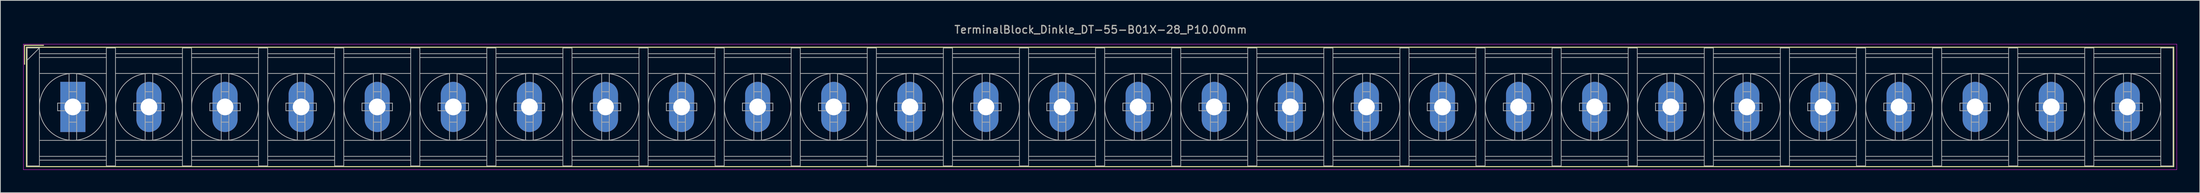
<source format=kicad_pcb>
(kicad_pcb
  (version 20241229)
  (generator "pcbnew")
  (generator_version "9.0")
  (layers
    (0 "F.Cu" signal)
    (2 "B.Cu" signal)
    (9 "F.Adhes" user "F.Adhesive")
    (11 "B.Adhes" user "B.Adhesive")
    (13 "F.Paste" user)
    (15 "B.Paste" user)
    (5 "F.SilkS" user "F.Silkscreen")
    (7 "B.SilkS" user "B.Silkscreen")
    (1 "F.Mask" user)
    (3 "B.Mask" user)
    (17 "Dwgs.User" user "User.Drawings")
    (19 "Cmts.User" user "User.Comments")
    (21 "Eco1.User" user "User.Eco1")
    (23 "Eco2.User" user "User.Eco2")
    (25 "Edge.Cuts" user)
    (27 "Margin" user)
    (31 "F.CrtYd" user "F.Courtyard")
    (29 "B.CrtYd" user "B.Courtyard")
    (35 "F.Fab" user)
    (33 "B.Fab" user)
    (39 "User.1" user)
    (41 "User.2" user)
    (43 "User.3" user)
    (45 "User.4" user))
  (footprint "TerminalBlock_Dinkle_DT-55-B01X-28_P10.00mm"
    (layer "F.Cu")
    (at 6.525 11.008)
    (property "Reference" "TerminalBlock_Dinkle_DT-55-B01X-28_P10.00mm" (at 135.08 -10.16 0) (layer "F.SilkS") (effects (font (size 1 1) (thickness 0.15))))
    (attr through_hole)
    (fp_line (start -6.35 -8.1) (end -3.85 -8.1) (stroke (width 0.12) (type solid)) (layer "F.SilkS"))
    (fp_line (start -6.35 -5.6) (end -6.35 -8.1) (stroke (width 0.12) (type solid)) (layer "F.SilkS"))
    (fp_line (start -6.1 -7.85) (end 276.1 -7.85) (stroke (width 0.12) (type solid)) (layer "F.SilkS"))
    (fp_line (start -6.1 7.85) (end -6.1 -7.85) (stroke (width 0.12) (type solid)) (layer "F.SilkS"))
    (fp_line (start -6.1 7.85) (end 276.1 7.85) (stroke (width 0.12) (type solid)) (layer "F.SilkS"))
    (fp_line (start 276.1 -7.85) (end 276.1 7.85) (stroke (width 0.12) (type solid)) (layer "F.SilkS"))
    (fp_line (start -6.5 -8.25) (end 276.5 -8.25) (stroke (width 0.05) (type solid)) (layer "F.CrtYd"))
    (fp_line (start -6.5 8.25) (end -6.5 -8.25) (stroke (width 0.05) (type solid)) (layer "F.CrtYd"))
    (fp_line (start -6.5 8.25) (end 276.5 8.25) (stroke (width 0.05) (type solid)) (layer "F.CrtYd"))
    (fp_line (start 276.5 -8.25) (end 276.5 8.25) (stroke (width 0.05) (type solid)) (layer "F.CrtYd"))
    (fp_line (start -6 -7.75) (end -6 7.75) (stroke (width 0.1) (type solid)) (layer "F.Fab"))
    (fp_line (start -6 -7.75) (end -4.4 -7.75) (stroke (width 0.1) (type solid)) (layer "F.Fab"))
    (fp_line (start -6 7.75) (end -4.4 7.75) (stroke (width 0.1) (type solid)) (layer "F.Fab"))
    (fp_line (start -4.4 -7.75) (end -6 -6.15) (stroke (width 0.1) (type solid)) (layer "F.Fab"))
    (fp_line (start -4.4 -7.75) (end -4.4 7.75) (stroke (width 0.1) (type solid)) (layer "F.Fab"))
    (fp_line (start -4.4 -7) (end 4.4 -7) (stroke (width 0.1) (type solid)) (layer "F.Fab"))
    (fp_line (start -4.4 -6.5) (end 4.4 -6.5) (stroke (width 0.1) (type solid)) (layer "F.Fab"))
    (fp_line (start -4.4 -4.4) (end 4.4 -4.4) (stroke (width 0.1) (type solid)) (layer "F.Fab"))
    (fp_line (start -4.4 4.4) (end 4.4 4.4) (stroke (width 0.1) (type solid)) (layer "F.Fab"))
    (fp_line (start -4.4 6.5) (end 4.4 6.5) (stroke (width 0.1) (type solid)) (layer "F.Fab"))
    (fp_line (start -4.4 7) (end 4.4 7) (stroke (width 0.1) (type solid)) (layer "F.Fab"))
    (fp_line (start -2 -0.5) (end -2 0.5) (stroke (width 0.1) (type solid)) (layer "F.Fab"))
    (fp_line (start -2 0.5) (end -0.5 0.5) (stroke (width 0.1) (type solid)) (layer "F.Fab"))
    (fp_line (start -0.5 -4.35) (end -0.5 -0.5) (stroke (width 0.1) (type solid)) (layer "F.Fab"))
    (fp_line (start -0.5 -2) (end 0.5 -2) (stroke (width 0.1) (type solid)) (layer "F.Fab"))
    (fp_line (start -0.5 -0.5) (end -2 -0.5) (stroke (width 0.1) (type solid)) (layer "F.Fab"))
    (fp_line (start -0.5 0.5) (end -0.5 4.35) (stroke (width 0.1) (type solid)) (layer "F.Fab"))
    (fp_line (start -0.5 2) (end 0.5 2) (stroke (width 0.1) (type solid)) (layer "F.Fab"))
    (fp_line (start 0.5 -4.35) (end 0.5 -0.5) (stroke (width 0.1) (type solid)) (layer "F.Fab"))
    (fp_line (start 0.5 -0.5) (end 2 -0.5) (stroke (width 0.1) (type solid)) (layer "F.Fab"))
    (fp_line (start 0.5 0.5) (end 0.5 4.35) (stroke (width 0.1) (type solid)) (layer "F.Fab"))
    (fp_line (start 2 -0.5) (end 2 0.5) (stroke (width 0.1) (type solid)) (layer "F.Fab"))
    (fp_line (start 2 0.5) (end 0.5 0.5) (stroke (width 0.1) (type solid)) (layer "F.Fab"))
    (fp_line (start 4.4 -7.75) (end 4.4 7.75) (stroke (width 0.1) (type solid)) (layer "F.Fab"))
    (fp_line (start 4.4 -7.75) (end 5.6 -7.75) (stroke (width 0.1) (type solid)) (layer "F.Fab"))
    (fp_line (start 4.4 7.75) (end 5.6 7.75) (stroke (width 0.1) (type solid)) (layer "F.Fab"))
    (fp_line (start 5.6 -7.75) (end 5.6 7.75) (stroke (width 0.1) (type solid)) (layer "F.Fab"))
    (fp_line (start 5.6 -7) (end 14.4 -7) (stroke (width 0.1) (type solid)) (layer "F.Fab"))
    (fp_line (start 5.6 -6.5) (end 14.4 -6.5) (stroke (width 0.1) (type solid)) (layer "F.Fab"))
    (fp_line (start 5.6 -4.4) (end 14.4 -4.4) (stroke (width 0.1) (type solid)) (layer "F.Fab"))
    (fp_line (start 5.6 4.4) (end 14.4 4.4) (stroke (width 0.1) (type solid)) (layer "F.Fab"))
    (fp_line (start 5.6 6.5) (end 14.4 6.5) (stroke (width 0.1) (type solid)) (layer "F.Fab"))
    (fp_line (start 5.6 7) (end 14.4 7) (stroke (width 0.1) (type solid)) (layer "F.Fab"))
    (fp_line (start 8 -0.5) (end 8 0.5) (stroke (width 0.1) (type solid)) (layer "F.Fab"))
    (fp_line (start 8 0.5) (end 9.5 0.5) (stroke (width 0.1) (type solid)) (layer "F.Fab"))
    (fp_line (start 9.5 -4.35) (end 9.5 -0.5) (stroke (width 0.1) (type solid)) (layer "F.Fab"))
    (fp_line (start 9.5 -2) (end 10.5 -2) (stroke (width 0.1) (type solid)) (layer "F.Fab"))
    (fp_line (start 9.5 -0.5) (end 8 -0.5) (stroke (width 0.1) (type solid)) (layer "F.Fab"))
    (fp_line (start 9.5 0.5) (end 9.5 4.35) (stroke (width 0.1) (type solid)) (layer "F.Fab"))
    (fp_line (start 9.5 2) (end 10.5 2) (stroke (width 0.1) (type solid)) (layer "F.Fab"))
    (fp_line (start 10.5 -4.35) (end 10.5 -0.5) (stroke (width 0.1) (type solid)) (layer "F.Fab"))
    (fp_line (start 10.5 -0.5) (end 12 -0.5) (stroke (width 0.1) (type solid)) (layer "F.Fab"))
    (fp_line (start 10.5 0.5) (end 10.5 4.35) (stroke (width 0.1) (type solid)) (layer "F.Fab"))
    (fp_line (start 12 -0.5) (end 12 0.5) (stroke (width 0.1) (type solid)) (layer "F.Fab"))
    (fp_line (start 12 0.5) (end 10.5 0.5) (stroke (width 0.1) (type solid)) (layer "F.Fab"))
    (fp_line (start 14.4 -7.75) (end 14.4 7.75) (stroke (width 0.1) (type solid)) (layer "F.Fab"))
    (fp_line (start 14.4 -7.75) (end 15.6 -7.75) (stroke (width 0.1) (type solid)) (layer "F.Fab"))
    (fp_line (start 14.4 7.75) (end 15.6 7.75) (stroke (width 0.1) (type solid)) (layer "F.Fab"))
    (fp_line (start 15.6 -7.75) (end 15.6 7.75) (stroke (width 0.1) (type solid)) (layer "F.Fab"))
    (fp_line (start 15.6 -7) (end 24.4 -7) (stroke (width 0.1) (type solid)) (layer "F.Fab"))
    (fp_line (start 15.6 -6.5) (end 24.4 -6.5) (stroke (width 0.1) (type solid)) (layer "F.Fab"))
    (fp_line (start 15.6 -4.4) (end 24.4 -4.4) (stroke (width 0.1) (type solid)) (layer "F.Fab"))
    (fp_line (start 15.6 4.4) (end 24.4 4.4) (stroke (width 0.1) (type solid)) (layer "F.Fab"))
    (fp_line (start 15.6 6.5) (end 24.4 6.5) (stroke (width 0.1) (type solid)) (layer "F.Fab"))
    (fp_line (start 15.6 7) (end 24.4 7) (stroke (width 0.1) (type solid)) (layer "F.Fab"))
    (fp_line (start 18 -0.5) (end 18 0.5) (stroke (width 0.1) (type solid)) (layer "F.Fab"))
    (fp_line (start 18 0.5) (end 19.5 0.5) (stroke (width 0.1) (type solid)) (layer "F.Fab"))
    (fp_line (start 19.5 -4.35) (end 19.5 -0.5) (stroke (width 0.1) (type solid)) (layer "F.Fab"))
    (fp_line (start 19.5 -2) (end 20.5 -2) (stroke (width 0.1) (type solid)) (layer "F.Fab"))
    (fp_line (start 19.5 -0.5) (end 18 -0.5) (stroke (width 0.1) (type solid)) (layer "F.Fab"))
    (fp_line (start 19.5 0.5) (end 19.5 4.35) (stroke (width 0.1) (type solid)) (layer "F.Fab"))
    (fp_line (start 19.5 2) (end 20.5 2) (stroke (width 0.1) (type solid)) (layer "F.Fab"))
    (fp_line (start 20.5 -4.35) (end 20.5 -0.5) (stroke (width 0.1) (type solid)) (layer "F.Fab"))
    (fp_line (start 20.5 -0.5) (end 22 -0.5) (stroke (width 0.1) (type solid)) (layer "F.Fab"))
    (fp_line (start 20.5 0.5) (end 20.5 4.35) (stroke (width 0.1) (type solid)) (layer "F.Fab"))
    (fp_line (start 22 -0.5) (end 22 0.5) (stroke (width 0.1) (type solid)) (layer "F.Fab"))
    (fp_line (start 22 0.5) (end 20.5 0.5) (stroke (width 0.1) (type solid)) (layer "F.Fab"))
    (fp_line (start 24.4 -7.75) (end 24.4 7.75) (stroke (width 0.1) (type solid)) (layer "F.Fab"))
    (fp_line (start 24.4 -7.75) (end 25.6 -7.75) (stroke (width 0.1) (type solid)) (layer "F.Fab"))
    (fp_line (start 24.4 7.75) (end 25.6 7.75) (stroke (width 0.1) (type solid)) (layer "F.Fab"))
    (fp_line (start 25.6 -7.75) (end 25.6 7.75) (stroke (width 0.1) (type solid)) (layer "F.Fab"))
    (fp_line (start 25.6 -7) (end 34.4 -7) (stroke (width 0.1) (type solid)) (layer "F.Fab"))
    (fp_line (start 25.6 -6.5) (end 34.4 -6.5) (stroke (width 0.1) (type solid)) (layer "F.Fab"))
    (fp_line (start 25.6 -4.4) (end 34.4 -4.4) (stroke (width 0.1) (type solid)) (layer "F.Fab"))
    (fp_line (start 25.6 4.4) (end 34.4 4.4) (stroke (width 0.1) (type solid)) (layer "F.Fab"))
    (fp_line (start 25.6 6.5) (end 34.4 6.5) (stroke (width 0.1) (type solid)) (layer "F.Fab"))
    (fp_line (start 25.6 7) (end 34.4 7) (stroke (width 0.1) (type solid)) (layer "F.Fab"))
    (fp_line (start 28 -0.5) (end 28 0.5) (stroke (width 0.1) (type solid)) (layer "F.Fab"))
    (fp_line (start 28 0.5) (end 29.5 0.5) (stroke (width 0.1) (type solid)) (layer "F.Fab"))
    (fp_line (start 29.5 -4.35) (end 29.5 -0.5) (stroke (width 0.1) (type solid)) (layer "F.Fab"))
    (fp_line (start 29.5 -2) (end 30.5 -2) (stroke (width 0.1) (type solid)) (layer "F.Fab"))
    (fp_line (start 29.5 -0.5) (end 28 -0.5) (stroke (width 0.1) (type solid)) (layer "F.Fab"))
    (fp_line (start 29.5 0.5) (end 29.5 4.35) (stroke (width 0.1) (type solid)) (layer "F.Fab"))
    (fp_line (start 29.5 2) (end 30.5 2) (stroke (width 0.1) (type solid)) (layer "F.Fab"))
    (fp_line (start 30.5 -4.35) (end 30.5 -0.5) (stroke (width 0.1) (type solid)) (layer "F.Fab"))
    (fp_line (start 30.5 -0.5) (end 32 -0.5) (stroke (width 0.1) (type solid)) (layer "F.Fab"))
    (fp_line (start 30.5 0.5) (end 30.5 4.35) (stroke (width 0.1) (type solid)) (layer "F.Fab"))
    (fp_line (start 32 -0.5) (end 32 0.5) (stroke (width 0.1) (type solid)) (layer "F.Fab"))
    (fp_line (start 32 0.5) (end 30.5 0.5) (stroke (width 0.1) (type solid)) (layer "F.Fab"))
    (fp_line (start 34.4 -7.75) (end 34.4 7.75) (stroke (width 0.1) (type solid)) (layer "F.Fab"))
    (fp_line (start 34.4 -7.75) (end 35.6 -7.75) (stroke (width 0.1) (type solid)) (layer "F.Fab"))
    (fp_line (start 34.4 7.75) (end 35.6 7.75) (stroke (width 0.1) (type solid)) (layer "F.Fab"))
    (fp_line (start 35.6 -7.75) (end 35.6 7.75) (stroke (width 0.1) (type solid)) (layer "F.Fab"))
    (fp_line (start 35.6 -7) (end 44.4 -7) (stroke (width 0.1) (type solid)) (layer "F.Fab"))
    (fp_line (start 35.6 -6.5) (end 44.4 -6.5) (stroke (width 0.1) (type solid)) (layer "F.Fab"))
    (fp_line (start 35.6 -4.4) (end 44.4 -4.4) (stroke (width 0.1) (type solid)) (layer "F.Fab"))
    (fp_line (start 35.6 4.4) (end 44.4 4.4) (stroke (width 0.1) (type solid)) (layer "F.Fab"))
    (fp_line (start 35.6 6.5) (end 44.4 6.5) (stroke (width 0.1) (type solid)) (layer "F.Fab"))
    (fp_line (start 35.6 7) (end 44.4 7) (stroke (width 0.1) (type solid)) (layer "F.Fab"))
    (fp_line (start 38 -0.5) (end 38 0.5) (stroke (width 0.1) (type solid)) (layer "F.Fab"))
    (fp_line (start 38 0.5) (end 39.5 0.5) (stroke (width 0.1) (type solid)) (layer "F.Fab"))
    (fp_line (start 39.5 -4.35) (end 39.5 -0.5) (stroke (width 0.1) (type solid)) (layer "F.Fab"))
    (fp_line (start 39.5 -2) (end 40.5 -2) (stroke (width 0.1) (type solid)) (layer "F.Fab"))
    (fp_line (start 39.5 -0.5) (end 38 -0.5) (stroke (width 0.1) (type solid)) (layer "F.Fab"))
    (fp_line (start 39.5 0.5) (end 39.5 4.35) (stroke (width 0.1) (type solid)) (layer "F.Fab"))
    (fp_line (start 39.5 2) (end 40.5 2) (stroke (width 0.1) (type solid)) (layer "F.Fab"))
    (fp_line (start 40.5 -4.35) (end 40.5 -0.5) (stroke (width 0.1) (type solid)) (layer "F.Fab"))
    (fp_line (start 40.5 -0.5) (end 42 -0.5) (stroke (width 0.1) (type solid)) (layer "F.Fab"))
    (fp_line (start 40.5 0.5) (end 40.5 4.35) (stroke (width 0.1) (type solid)) (layer "F.Fab"))
    (fp_line (start 42 -0.5) (end 42 0.5) (stroke (width 0.1) (type solid)) (layer "F.Fab"))
    (fp_line (start 42 0.5) (end 40.5 0.5) (stroke (width 0.1) (type solid)) (layer "F.Fab"))
    (fp_line (start 44.4 -7.75) (end 44.4 7.75) (stroke (width 0.1) (type solid)) (layer "F.Fab"))
    (fp_line (start 44.4 -7.75) (end 45.6 -7.75) (stroke (width 0.1) (type solid)) (layer "F.Fab"))
    (fp_line (start 44.4 7.75) (end 45.6 7.75) (stroke (width 0.1) (type solid)) (layer "F.Fab"))
    (fp_line (start 45.6 -7.75) (end 45.6 7.75) (stroke (width 0.1) (type solid)) (layer "F.Fab"))
    (fp_line (start 45.6 -7) (end 54.4 -7) (stroke (width 0.1) (type solid)) (layer "F.Fab"))
    (fp_line (start 45.6 -6.5) (end 54.4 -6.5) (stroke (width 0.1) (type solid)) (layer "F.Fab"))
    (fp_line (start 45.6 -4.4) (end 54.4 -4.4) (stroke (width 0.1) (type solid)) (layer "F.Fab"))
    (fp_line (start 45.6 4.4) (end 54.4 4.4) (stroke (width 0.1) (type solid)) (layer "F.Fab"))
    (fp_line (start 45.6 6.5) (end 54.4 6.5) (stroke (width 0.1) (type solid)) (layer "F.Fab"))
    (fp_line (start 45.6 7) (end 54.4 7) (stroke (width 0.1) (type solid)) (layer "F.Fab"))
    (fp_line (start 48 -0.5) (end 48 0.5) (stroke (width 0.1) (type solid)) (layer "F.Fab"))
    (fp_line (start 48 0.5) (end 49.5 0.5) (stroke (width 0.1) (type solid)) (layer "F.Fab"))
    (fp_line (start 49.5 -4.35) (end 49.5 -0.5) (stroke (width 0.1) (type solid)) (layer "F.Fab"))
    (fp_line (start 49.5 -2) (end 50.5 -2) (stroke (width 0.1) (type solid)) (layer "F.Fab"))
    (fp_line (start 49.5 -0.5) (end 48 -0.5) (stroke (width 0.1) (type solid)) (layer "F.Fab"))
    (fp_line (start 49.5 0.5) (end 49.5 4.35) (stroke (width 0.1) (type solid)) (layer "F.Fab"))
    (fp_line (start 49.5 2) (end 50.5 2) (stroke (width 0.1) (type solid)) (layer "F.Fab"))
    (fp_line (start 50.5 -4.35) (end 50.5 -0.5) (stroke (width 0.1) (type solid)) (layer "F.Fab"))
    (fp_line (start 50.5 -0.5) (end 52 -0.5) (stroke (width 0.1) (type solid)) (layer "F.Fab"))
    (fp_line (start 50.5 0.5) (end 50.5 4.35) (stroke (width 0.1) (type solid)) (layer "F.Fab"))
    (fp_line (start 52 -0.5) (end 52 0.5) (stroke (width 0.1) (type solid)) (layer "F.Fab"))
    (fp_line (start 52 0.5) (end 50.5 0.5) (stroke (width 0.1) (type solid)) (layer "F.Fab"))
    (fp_line (start 54.4 -7.75) (end 54.4 7.75) (stroke (width 0.1) (type solid)) (layer "F.Fab"))
    (fp_line (start 54.4 -7.75) (end 55.6 -7.75) (stroke (width 0.1) (type solid)) (layer "F.Fab"))
    (fp_line (start 54.4 7.75) (end 55.6 7.75) (stroke (width 0.1) (type solid)) (layer "F.Fab"))
    (fp_line (start 55.6 -7.75) (end 55.6 7.75) (stroke (width 0.1) (type solid)) (layer "F.Fab"))
    (fp_line (start 55.6 -7) (end 64.4 -7) (stroke (width 0.1) (type solid)) (layer "F.Fab"))
    (fp_line (start 55.6 -6.5) (end 64.4 -6.5) (stroke (width 0.1) (type solid)) (layer "F.Fab"))
    (fp_line (start 55.6 -4.4) (end 64.4 -4.4) (stroke (width 0.1) (type solid)) (layer "F.Fab"))
    (fp_line (start 55.6 4.4) (end 64.4 4.4) (stroke (width 0.1) (type solid)) (layer "F.Fab"))
    (fp_line (start 55.6 6.5) (end 64.4 6.5) (stroke (width 0.1) (type solid)) (layer "F.Fab"))
    (fp_line (start 55.6 7) (end 64.4 7) (stroke (width 0.1) (type solid)) (layer "F.Fab"))
    (fp_line (start 58 -0.5) (end 58 0.5) (stroke (width 0.1) (type solid)) (layer "F.Fab"))
    (fp_line (start 58 0.5) (end 59.5 0.5) (stroke (width 0.1) (type solid)) (layer "F.Fab"))
    (fp_line (start 59.5 -4.35) (end 59.5 -0.5) (stroke (width 0.1) (type solid)) (layer "F.Fab"))
    (fp_line (start 59.5 -2) (end 60.5 -2) (stroke (width 0.1) (type solid)) (layer "F.Fab"))
    (fp_line (start 59.5 -0.5) (end 58 -0.5) (stroke (width 0.1) (type solid)) (layer "F.Fab"))
    (fp_line (start 59.5 0.5) (end 59.5 4.35) (stroke (width 0.1) (type solid)) (layer "F.Fab"))
    (fp_line (start 59.5 2) (end 60.5 2) (stroke (width 0.1) (type solid)) (layer "F.Fab"))
    (fp_line (start 60.5 -4.35) (end 60.5 -0.5) (stroke (width 0.1) (type solid)) (layer "F.Fab"))
    (fp_line (start 60.5 -0.5) (end 62 -0.5) (stroke (width 0.1) (type solid)) (layer "F.Fab"))
    (fp_line (start 60.5 0.5) (end 60.5 4.35) (stroke (width 0.1) (type solid)) (layer "F.Fab"))
    (fp_line (start 62 -0.5) (end 62 0.5) (stroke (width 0.1) (type solid)) (layer "F.Fab"))
    (fp_line (start 62 0.5) (end 60.5 0.5) (stroke (width 0.1) (type solid)) (layer "F.Fab"))
    (fp_line (start 64.4 -7.75) (end 64.4 7.75) (stroke (width 0.1) (type solid)) (layer "F.Fab"))
    (fp_line (start 64.4 -7.75) (end 65.6 -7.75) (stroke (width 0.1) (type solid)) (layer "F.Fab"))
    (fp_line (start 64.4 7.75) (end 65.6 7.75) (stroke (width 0.1) (type solid)) (layer "F.Fab"))
    (fp_line (start 65.6 -7.75) (end 65.6 7.75) (stroke (width 0.1) (type solid)) (layer "F.Fab"))
    (fp_line (start 65.6 -7) (end 74.4 -7) (stroke (width 0.1) (type solid)) (layer "F.Fab"))
    (fp_line (start 65.6 -6.5) (end 74.4 -6.5) (stroke (width 0.1) (type solid)) (layer "F.Fab"))
    (fp_line (start 65.6 -4.4) (end 74.4 -4.4) (stroke (width 0.1) (type solid)) (layer "F.Fab"))
    (fp_line (start 65.6 4.4) (end 74.4 4.4) (stroke (width 0.1) (type solid)) (layer "F.Fab"))
    (fp_line (start 65.6 6.5) (end 74.4 6.5) (stroke (width 0.1) (type solid)) (layer "F.Fab"))
    (fp_line (start 65.6 7) (end 74.4 7) (stroke (width 0.1) (type solid)) (layer "F.Fab"))
    (fp_line (start 68 -0.5) (end 68 0.5) (stroke (width 0.1) (type solid)) (layer "F.Fab"))
    (fp_line (start 68 0.5) (end 69.5 0.5) (stroke (width 0.1) (type solid)) (layer "F.Fab"))
    (fp_line (start 69.5 -4.35) (end 69.5 -0.5) (stroke (width 0.1) (type solid)) (layer "F.Fab"))
    (fp_line (start 69.5 -2) (end 70.5 -2) (stroke (width 0.1) (type solid)) (layer "F.Fab"))
    (fp_line (start 69.5 -0.5) (end 68 -0.5) (stroke (width 0.1) (type solid)) (layer "F.Fab"))
    (fp_line (start 69.5 0.5) (end 69.5 4.35) (stroke (width 0.1) (type solid)) (layer "F.Fab"))
    (fp_line (start 69.5 2) (end 70.5 2) (stroke (width 0.1) (type solid)) (layer "F.Fab"))
    (fp_line (start 70.5 -4.35) (end 70.5 -0.5) (stroke (width 0.1) (type solid)) (layer "F.Fab"))
    (fp_line (start 70.5 -0.5) (end 72 -0.5) (stroke (width 0.1) (type solid)) (layer "F.Fab"))
    (fp_line (start 70.5 0.5) (end 70.5 4.35) (stroke (width 0.1) (type solid)) (layer "F.Fab"))
    (fp_line (start 72 -0.5) (end 72 0.5) (stroke (width 0.1) (type solid)) (layer "F.Fab"))
    (fp_line (start 72 0.5) (end 70.5 0.5) (stroke (width 0.1) (type solid)) (layer "F.Fab"))
    (fp_line (start 74.4 -7.75) (end 74.4 7.75) (stroke (width 0.1) (type solid)) (layer "F.Fab"))
    (fp_line (start 74.4 -7.75) (end 75.6 -7.75) (stroke (width 0.1) (type solid)) (layer "F.Fab"))
    (fp_line (start 74.4 7.75) (end 75.6 7.75) (stroke (width 0.1) (type solid)) (layer "F.Fab"))
    (fp_line (start 75.6 -7.75) (end 75.6 7.75) (stroke (width 0.1) (type solid)) (layer "F.Fab"))
    (fp_line (start 75.6 -7) (end 84.4 -7) (stroke (width 0.1) (type solid)) (layer "F.Fab"))
    (fp_line (start 75.6 -6.5) (end 84.4 -6.5) (stroke (width 0.1) (type solid)) (layer "F.Fab"))
    (fp_line (start 75.6 -4.4) (end 84.4 -4.4) (stroke (width 0.1) (type solid)) (layer "F.Fab"))
    (fp_line (start 75.6 4.4) (end 84.4 4.4) (stroke (width 0.1) (type solid)) (layer "F.Fab"))
    (fp_line (start 75.6 6.5) (end 84.4 6.5) (stroke (width 0.1) (type solid)) (layer "F.Fab"))
    (fp_line (start 75.6 7) (end 84.4 7) (stroke (width 0.1) (type solid)) (layer "F.Fab"))
    (fp_line (start 78 -0.5) (end 78 0.5) (stroke (width 0.1) (type solid)) (layer "F.Fab"))
    (fp_line (start 78 0.5) (end 79.5 0.5) (stroke (width 0.1) (type solid)) (layer "F.Fab"))
    (fp_line (start 79.5 -4.35) (end 79.5 -0.5) (stroke (width 0.1) (type solid)) (layer "F.Fab"))
    (fp_line (start 79.5 -2) (end 80.5 -2) (stroke (width 0.1) (type solid)) (layer "F.Fab"))
    (fp_line (start 79.5 -0.5) (end 78 -0.5) (stroke (width 0.1) (type solid)) (layer "F.Fab"))
    (fp_line (start 79.5 0.5) (end 79.5 4.35) (stroke (width 0.1) (type solid)) (layer "F.Fab"))
    (fp_line (start 79.5 2) (end 80.5 2) (stroke (width 0.1) (type solid)) (layer "F.Fab"))
    (fp_line (start 80.5 -4.35) (end 80.5 -0.5) (stroke (width 0.1) (type solid)) (layer "F.Fab"))
    (fp_line (start 80.5 -0.5) (end 82 -0.5) (stroke (width 0.1) (type solid)) (layer "F.Fab"))
    (fp_line (start 80.5 0.5) (end 80.5 4.35) (stroke (width 0.1) (type solid)) (layer "F.Fab"))
    (fp_line (start 82 -0.5) (end 82 0.5) (stroke (width 0.1) (type solid)) (layer "F.Fab"))
    (fp_line (start 82 0.5) (end 80.5 0.5) (stroke (width 0.1) (type solid)) (layer "F.Fab"))
    (fp_line (start 84.4 -7.75) (end 84.4 7.75) (stroke (width 0.1) (type solid)) (layer "F.Fab"))
    (fp_line (start 84.4 -7.75) (end 85.6 -7.75) (stroke (width 0.1) (type solid)) (layer "F.Fab"))
    (fp_line (start 84.4 7.75) (end 85.6 7.75) (stroke (width 0.1) (type solid)) (layer "F.Fab"))
    (fp_line (start 85.6 -7.75) (end 85.6 7.75) (stroke (width 0.1) (type solid)) (layer "F.Fab"))
    (fp_line (start 85.6 -7) (end 94.4 -7) (stroke (width 0.1) (type solid)) (layer "F.Fab"))
    (fp_line (start 85.6 -6.5) (end 94.4 -6.5) (stroke (width 0.1) (type solid)) (layer "F.Fab"))
    (fp_line (start 85.6 -4.4) (end 94.4 -4.4) (stroke (width 0.1) (type solid)) (layer "F.Fab"))
    (fp_line (start 85.6 4.4) (end 94.4 4.4) (stroke (width 0.1) (type solid)) (layer "F.Fab"))
    (fp_line (start 85.6 6.5) (end 94.4 6.5) (stroke (width 0.1) (type solid)) (layer "F.Fab"))
    (fp_line (start 85.6 7) (end 94.4 7) (stroke (width 0.1) (type solid)) (layer "F.Fab"))
    (fp_line (start 88 -0.5) (end 88 0.5) (stroke (width 0.1) (type solid)) (layer "F.Fab"))
    (fp_line (start 88 0.5) (end 89.5 0.5) (stroke (width 0.1) (type solid)) (layer "F.Fab"))
    (fp_line (start 89.5 -4.35) (end 89.5 -0.5) (stroke (width 0.1) (type solid)) (layer "F.Fab"))
    (fp_line (start 89.5 -2) (end 90.5 -2) (stroke (width 0.1) (type solid)) (layer "F.Fab"))
    (fp_line (start 89.5 -0.5) (end 88 -0.5) (stroke (width 0.1) (type solid)) (layer "F.Fab"))
    (fp_line (start 89.5 0.5) (end 89.5 4.35) (stroke (width 0.1) (type solid)) (layer "F.Fab"))
    (fp_line (start 89.5 2) (end 90.5 2) (stroke (width 0.1) (type solid)) (layer "F.Fab"))
    (fp_line (start 90.5 -4.35) (end 90.5 -0.5) (stroke (width 0.1) (type solid)) (layer "F.Fab"))
    (fp_line (start 90.5 -0.5) (end 92 -0.5) (stroke (width 0.1) (type solid)) (layer "F.Fab"))
    (fp_line (start 90.5 0.5) (end 90.5 4.35) (stroke (width 0.1) (type solid)) (layer "F.Fab"))
    (fp_line (start 92 -0.5) (end 92 0.5) (stroke (width 0.1) (type solid)) (layer "F.Fab"))
    (fp_line (start 92 0.5) (end 90.5 0.5) (stroke (width 0.1) (type solid)) (layer "F.Fab"))
    (fp_line (start 94.4 -7.75) (end 94.4 7.75) (stroke (width 0.1) (type solid)) (layer "F.Fab"))
    (fp_line (start 94.4 -7.75) (end 95.6 -7.75) (stroke (width 0.1) (type solid)) (layer "F.Fab"))
    (fp_line (start 94.4 7.75) (end 95.6 7.75) (stroke (width 0.1) (type solid)) (layer "F.Fab"))
    (fp_line (start 95.6 -7.75) (end 95.6 7.75) (stroke (width 0.1) (type solid)) (layer "F.Fab"))
    (fp_line (start 95.6 -7) (end 104.4 -7) (stroke (width 0.1) (type solid)) (layer "F.Fab"))
    (fp_line (start 95.6 -6.5) (end 104.4 -6.5) (stroke (width 0.1) (type solid)) (layer "F.Fab"))
    (fp_line (start 95.6 -4.4) (end 104.4 -4.4) (stroke (width 0.1) (type solid)) (layer "F.Fab"))
    (fp_line (start 95.6 4.4) (end 104.4 4.4) (stroke (width 0.1) (type solid)) (layer "F.Fab"))
    (fp_line (start 95.6 6.5) (end 104.4 6.5) (stroke (width 0.1) (type solid)) (layer "F.Fab"))
    (fp_line (start 95.6 7) (end 104.4 7) (stroke (width 0.1) (type solid)) (layer "F.Fab"))
    (fp_line (start 98 -0.5) (end 98 0.5) (stroke (width 0.1) (type solid)) (layer "F.Fab"))
    (fp_line (start 98 0.5) (end 99.5 0.5) (stroke (width 0.1) (type solid)) (layer "F.Fab"))
    (fp_line (start 99.5 -4.35) (end 99.5 -0.5) (stroke (width 0.1) (type solid)) (layer "F.Fab"))
    (fp_line (start 99.5 -2) (end 100.5 -2) (stroke (width 0.1) (type solid)) (layer "F.Fab"))
    (fp_line (start 99.5 -0.5) (end 98 -0.5) (stroke (width 0.1) (type solid)) (layer "F.Fab"))
    (fp_line (start 99.5 0.5) (end 99.5 4.35) (stroke (width 0.1) (type solid)) (layer "F.Fab"))
    (fp_line (start 99.5 2) (end 100.5 2) (stroke (width 0.1) (type solid)) (layer "F.Fab"))
    (fp_line (start 100.5 -4.35) (end 100.5 -0.5) (stroke (width 0.1) (type solid)) (layer "F.Fab"))
    (fp_line (start 100.5 -0.5) (end 102 -0.5) (stroke (width 0.1) (type solid)) (layer "F.Fab"))
    (fp_line (start 100.5 0.5) (end 100.5 4.35) (stroke (width 0.1) (type solid)) (layer "F.Fab"))
    (fp_line (start 102 -0.5) (end 102 0.5) (stroke (width 0.1) (type solid)) (layer "F.Fab"))
    (fp_line (start 102 0.5) (end 100.5 0.5) (stroke (width 0.1) (type solid)) (layer "F.Fab"))
    (fp_line (start 104.4 -7.75) (end 104.4 7.75) (stroke (width 0.1) (type solid)) (layer "F.Fab"))
    (fp_line (start 104.4 -7.75) (end 105.6 -7.75) (stroke (width 0.1) (type solid)) (layer "F.Fab"))
    (fp_line (start 104.4 7.75) (end 105.6 7.75) (stroke (width 0.1) (type solid)) (layer "F.Fab"))
    (fp_line (start 105.6 -7.75) (end 105.6 7.75) (stroke (width 0.1) (type solid)) (layer "F.Fab"))
    (fp_line (start 105.6 -7) (end 114.4 -7) (stroke (width 0.1) (type solid)) (layer "F.Fab"))
    (fp_line (start 105.6 -6.5) (end 114.4 -6.5) (stroke (width 0.1) (type solid)) (layer "F.Fab"))
    (fp_line (start 105.6 -4.4) (end 114.4 -4.4) (stroke (width 0.1) (type solid)) (layer "F.Fab"))
    (fp_line (start 105.6 4.4) (end 114.4 4.4) (stroke (width 0.1) (type solid)) (layer "F.Fab"))
    (fp_line (start 105.6 6.5) (end 114.4 6.5) (stroke (width 0.1) (type solid)) (layer "F.Fab"))
    (fp_line (start 105.6 7) (end 114.4 7) (stroke (width 0.1) (type solid)) (layer "F.Fab"))
    (fp_line (start 108 -0.5) (end 108 0.5) (stroke (width 0.1) (type solid)) (layer "F.Fab"))
    (fp_line (start 108 0.5) (end 109.5 0.5) (stroke (width 0.1) (type solid)) (layer "F.Fab"))
    (fp_line (start 109.5 -4.35) (end 109.5 -0.5) (stroke (width 0.1) (type solid)) (layer "F.Fab"))
    (fp_line (start 109.5 -2) (end 110.5 -2) (stroke (width 0.1) (type solid)) (layer "F.Fab"))
    (fp_line (start 109.5 -0.5) (end 108 -0.5) (stroke (width 0.1) (type solid)) (layer "F.Fab"))
    (fp_line (start 109.5 0.5) (end 109.5 4.35) (stroke (width 0.1) (type solid)) (layer "F.Fab"))
    (fp_line (start 109.5 2) (end 110.5 2) (stroke (width 0.1) (type solid)) (layer "F.Fab"))
    (fp_line (start 110.5 -4.35) (end 110.5 -0.5) (stroke (width 0.1) (type solid)) (layer "F.Fab"))
    (fp_line (start 110.5 -0.5) (end 112 -0.5) (stroke (width 0.1) (type solid)) (layer "F.Fab"))
    (fp_line (start 110.5 0.5) (end 110.5 4.35) (stroke (width 0.1) (type solid)) (layer "F.Fab"))
    (fp_line (start 112 -0.5) (end 112 0.5) (stroke (width 0.1) (type solid)) (layer "F.Fab"))
    (fp_line (start 112 0.5) (end 110.5 0.5) (stroke (width 0.1) (type solid)) (layer "F.Fab"))
    (fp_line (start 114.4 -7.75) (end 114.4 7.75) (stroke (width 0.1) (type solid)) (layer "F.Fab"))
    (fp_line (start 114.4 -7.75) (end 115.6 -7.75) (stroke (width 0.1) (type solid)) (layer "F.Fab"))
    (fp_line (start 114.4 7.75) (end 115.6 7.75) (stroke (width 0.1) (type solid)) (layer "F.Fab"))
    (fp_line (start 115.6 -7.75) (end 115.6 7.75) (stroke (width 0.1) (type solid)) (layer "F.Fab"))
    (fp_line (start 115.6 -7) (end 124.4 -7) (stroke (width 0.1) (type solid)) (layer "F.Fab"))
    (fp_line (start 115.6 -6.5) (end 124.4 -6.5) (stroke (width 0.1) (type solid)) (layer "F.Fab"))
    (fp_line (start 115.6 -4.4) (end 124.4 -4.4) (stroke (width 0.1) (type solid)) (layer "F.Fab"))
    (fp_line (start 115.6 4.4) (end 124.4 4.4) (stroke (width 0.1) (type solid)) (layer "F.Fab"))
    (fp_line (start 115.6 6.5) (end 124.4 6.5) (stroke (width 0.1) (type solid)) (layer "F.Fab"))
    (fp_line (start 115.6 7) (end 124.4 7) (stroke (width 0.1) (type solid)) (layer "F.Fab"))
    (fp_line (start 118 -0.5) (end 118 0.5) (stroke (width 0.1) (type solid)) (layer "F.Fab"))
    (fp_line (start 118 0.5) (end 119.5 0.5) (stroke (width 0.1) (type solid)) (layer "F.Fab"))
    (fp_line (start 119.5 -4.35) (end 119.5 -0.5) (stroke (width 0.1) (type solid)) (layer "F.Fab"))
    (fp_line (start 119.5 -2) (end 120.5 -2) (stroke (width 0.1) (type solid)) (layer "F.Fab"))
    (fp_line (start 119.5 -0.5) (end 118 -0.5) (stroke (width 0.1) (type solid)) (layer "F.Fab"))
    (fp_line (start 119.5 0.5) (end 119.5 4.35) (stroke (width 0.1) (type solid)) (layer "F.Fab"))
    (fp_line (start 119.5 2) (end 120.5 2) (stroke (width 0.1) (type solid)) (layer "F.Fab"))
    (fp_line (start 120.5 -4.35) (end 120.5 -0.5) (stroke (width 0.1) (type solid)) (layer "F.Fab"))
    (fp_line (start 120.5 -0.5) (end 122 -0.5) (stroke (width 0.1) (type solid)) (layer "F.Fab"))
    (fp_line (start 120.5 0.5) (end 120.5 4.35) (stroke (width 0.1) (type solid)) (layer "F.Fab"))
    (fp_line (start 122 -0.5) (end 122 0.5) (stroke (width 0.1) (type solid)) (layer "F.Fab"))
    (fp_line (start 122 0.5) (end 120.5 0.5) (stroke (width 0.1) (type solid)) (layer "F.Fab"))
    (fp_line (start 124.4 -7.75) (end 124.4 7.75) (stroke (width 0.1) (type solid)) (layer "F.Fab"))
    (fp_line (start 124.4 -7.75) (end 125.6 -7.75) (stroke (width 0.1) (type solid)) (layer "F.Fab"))
    (fp_line (start 124.4 7.75) (end 125.6 7.75) (stroke (width 0.1) (type solid)) (layer "F.Fab"))
    (fp_line (start 125.6 -7.75) (end 125.6 7.75) (stroke (width 0.1) (type solid)) (layer "F.Fab"))
    (fp_line (start 125.6 -7) (end 134.4 -7) (stroke (width 0.1) (type solid)) (layer "F.Fab"))
    (fp_line (start 125.6 -6.5) (end 134.4 -6.5) (stroke (width 0.1) (type solid)) (layer "F.Fab"))
    (fp_line (start 125.6 -4.4) (end 134.4 -4.4) (stroke (width 0.1) (type solid)) (layer "F.Fab"))
    (fp_line (start 125.6 4.4) (end 134.4 4.4) (stroke (width 0.1) (type solid)) (layer "F.Fab"))
    (fp_line (start 125.6 6.5) (end 134.4 6.5) (stroke (width 0.1) (type solid)) (layer "F.Fab"))
    (fp_line (start 125.6 7) (end 134.4 7) (stroke (width 0.1) (type solid)) (layer "F.Fab"))
    (fp_line (start 128 -0.5) (end 128 0.5) (stroke (width 0.1) (type solid)) (layer "F.Fab"))
    (fp_line (start 128 0.5) (end 129.5 0.5) (stroke (width 0.1) (type solid)) (layer "F.Fab"))
    (fp_line (start 129.5 -4.35) (end 129.5 -0.5) (stroke (width 0.1) (type solid)) (layer "F.Fab"))
    (fp_line (start 129.5 -2) (end 130.5 -2) (stroke (width 0.1) (type solid)) (layer "F.Fab"))
    (fp_line (start 129.5 -0.5) (end 128 -0.5) (stroke (width 0.1) (type solid)) (layer "F.Fab"))
    (fp_line (start 129.5 0.5) (end 129.5 4.35) (stroke (width 0.1) (type solid)) (layer "F.Fab"))
    (fp_line (start 129.5 2) (end 130.5 2) (stroke (width 0.1) (type solid)) (layer "F.Fab"))
    (fp_line (start 130.5 -4.35) (end 130.5 -0.5) (stroke (width 0.1) (type solid)) (layer "F.Fab"))
    (fp_line (start 130.5 -0.5) (end 132 -0.5) (stroke (width 0.1) (type solid)) (layer "F.Fab"))
    (fp_line (start 130.5 0.5) (end 130.5 4.35) (stroke (width 0.1) (type solid)) (layer "F.Fab"))
    (fp_line (start 132 -0.5) (end 132 0.5) (stroke (width 0.1) (type solid)) (layer "F.Fab"))
    (fp_line (start 132 0.5) (end 130.5 0.5) (stroke (width 0.1) (type solid)) (layer "F.Fab"))
    (fp_line (start 134.4 -7.75) (end 134.4 7.75) (stroke (width 0.1) (type solid)) (layer "F.Fab"))
    (fp_line (start 134.4 -7.75) (end 135.6 -7.75) (stroke (width 0.1) (type solid)) (layer "F.Fab"))
    (fp_line (start 134.4 7.75) (end 135.6 7.75) (stroke (width 0.1) (type solid)) (layer "F.Fab"))
    (fp_line (start 135.6 -7.75) (end 135.6 7.75) (stroke (width 0.1) (type solid)) (layer "F.Fab"))
    (fp_line (start 135.6 -7) (end 144.4 -7) (stroke (width 0.1) (type solid)) (layer "F.Fab"))
    (fp_line (start 135.6 -6.5) (end 144.4 -6.5) (stroke (width 0.1) (type solid)) (layer "F.Fab"))
    (fp_line (start 135.6 -4.4) (end 144.4 -4.4) (stroke (width 0.1) (type solid)) (layer "F.Fab"))
    (fp_line (start 135.6 4.4) (end 144.4 4.4) (stroke (width 0.1) (type solid)) (layer "F.Fab"))
    (fp_line (start 135.6 6.5) (end 144.4 6.5) (stroke (width 0.1) (type solid)) (layer "F.Fab"))
    (fp_line (start 135.6 7) (end 144.4 7) (stroke (width 0.1) (type solid)) (layer "F.Fab"))
    (fp_line (start 138 -0.5) (end 138 0.5) (stroke (width 0.1) (type solid)) (layer "F.Fab"))
    (fp_line (start 138 0.5) (end 139.5 0.5) (stroke (width 0.1) (type solid)) (layer "F.Fab"))
    (fp_line (start 139.5 -4.35) (end 139.5 -0.5) (stroke (width 0.1) (type solid)) (layer "F.Fab"))
    (fp_line (start 139.5 -2) (end 140.5 -2) (stroke (width 0.1) (type solid)) (layer "F.Fab"))
    (fp_line (start 139.5 -0.5) (end 138 -0.5) (stroke (width 0.1) (type solid)) (layer "F.Fab"))
    (fp_line (start 139.5 0.5) (end 139.5 4.35) (stroke (width 0.1) (type solid)) (layer "F.Fab"))
    (fp_line (start 139.5 2) (end 140.5 2) (stroke (width 0.1) (type solid)) (layer "F.Fab"))
    (fp_line (start 140.5 -4.35) (end 140.5 -0.5) (stroke (width 0.1) (type solid)) (layer "F.Fab"))
    (fp_line (start 140.5 -0.5) (end 142 -0.5) (stroke (width 0.1) (type solid)) (layer "F.Fab"))
    (fp_line (start 140.5 0.5) (end 140.5 4.35) (stroke (width 0.1) (type solid)) (layer "F.Fab"))
    (fp_line (start 142 -0.5) (end 142 0.5) (stroke (width 0.1) (type solid)) (layer "F.Fab"))
    (fp_line (start 142 0.5) (end 140.5 0.5) (stroke (width 0.1) (type solid)) (layer "F.Fab"))
    (fp_line (start 144.4 -7.75) (end 144.4 7.75) (stroke (width 0.1) (type solid)) (layer "F.Fab"))
    (fp_line (start 144.4 -7.75) (end 145.6 -7.75) (stroke (width 0.1) (type solid)) (layer "F.Fab"))
    (fp_line (start 144.4 7.75) (end 145.6 7.75) (stroke (width 0.1) (type solid)) (layer "F.Fab"))
    (fp_line (start 145.6 -7.75) (end 145.6 7.75) (stroke (width 0.1) (type solid)) (layer "F.Fab"))
    (fp_line (start 145.6 -7) (end 154.4 -7) (stroke (width 0.1) (type solid)) (layer "F.Fab"))
    (fp_line (start 145.6 -6.5) (end 154.4 -6.5) (stroke (width 0.1) (type solid)) (layer "F.Fab"))
    (fp_line (start 145.6 -4.4) (end 154.4 -4.4) (stroke (width 0.1) (type solid)) (layer "F.Fab"))
    (fp_line (start 145.6 4.4) (end 154.4 4.4) (stroke (width 0.1) (type solid)) (layer "F.Fab"))
    (fp_line (start 145.6 6.5) (end 154.4 6.5) (stroke (width 0.1) (type solid)) (layer "F.Fab"))
    (fp_line (start 145.6 7) (end 154.4 7) (stroke (width 0.1) (type solid)) (layer "F.Fab"))
    (fp_line (start 148 -0.5) (end 148 0.5) (stroke (width 0.1) (type solid)) (layer "F.Fab"))
    (fp_line (start 148 0.5) (end 149.5 0.5) (stroke (width 0.1) (type solid)) (layer "F.Fab"))
    (fp_line (start 149.5 -4.35) (end 149.5 -0.5) (stroke (width 0.1) (type solid)) (layer "F.Fab"))
    (fp_line (start 149.5 -2) (end 150.5 -2) (stroke (width 0.1) (type solid)) (layer "F.Fab"))
    (fp_line (start 149.5 -0.5) (end 148 -0.5) (stroke (width 0.1) (type solid)) (layer "F.Fab"))
    (fp_line (start 149.5 0.5) (end 149.5 4.35) (stroke (width 0.1) (type solid)) (layer "F.Fab"))
    (fp_line (start 149.5 2) (end 150.5 2) (stroke (width 0.1) (type solid)) (layer "F.Fab"))
    (fp_line (start 150.5 -4.35) (end 150.5 -0.5) (stroke (width 0.1) (type solid)) (layer "F.Fab"))
    (fp_line (start 150.5 -0.5) (end 152 -0.5) (stroke (width 0.1) (type solid)) (layer "F.Fab"))
    (fp_line (start 150.5 0.5) (end 150.5 4.35) (stroke (width 0.1) (type solid)) (layer "F.Fab"))
    (fp_line (start 152 -0.5) (end 152 0.5) (stroke (width 0.1) (type solid)) (layer "F.Fab"))
    (fp_line (start 152 0.5) (end 150.5 0.5) (stroke (width 0.1) (type solid)) (layer "F.Fab"))
    (fp_line (start 154.4 -7.75) (end 154.4 7.75) (stroke (width 0.1) (type solid)) (layer "F.Fab"))
    (fp_line (start 154.4 -7.75) (end 155.6 -7.75) (stroke (width 0.1) (type solid)) (layer "F.Fab"))
    (fp_line (start 154.4 7.75) (end 155.6 7.75) (stroke (width 0.1) (type solid)) (layer "F.Fab"))
    (fp_line (start 155.6 -7.75) (end 155.6 7.75) (stroke (width 0.1) (type solid)) (layer "F.Fab"))
    (fp_line (start 155.6 -7) (end 164.4 -7) (stroke (width 0.1) (type solid)) (layer "F.Fab"))
    (fp_line (start 155.6 -6.5) (end 164.4 -6.5) (stroke (width 0.1) (type solid)) (layer "F.Fab"))
    (fp_line (start 155.6 -4.4) (end 164.4 -4.4) (stroke (width 0.1) (type solid)) (layer "F.Fab"))
    (fp_line (start 155.6 4.4) (end 164.4 4.4) (stroke (width 0.1) (type solid)) (layer "F.Fab"))
    (fp_line (start 155.6 6.5) (end 164.4 6.5) (stroke (width 0.1) (type solid)) (layer "F.Fab"))
    (fp_line (start 155.6 7) (end 164.4 7) (stroke (width 0.1) (type solid)) (layer "F.Fab"))
    (fp_line (start 158 -0.5) (end 158 0.5) (stroke (width 0.1) (type solid)) (layer "F.Fab"))
    (fp_line (start 158 0.5) (end 159.5 0.5) (stroke (width 0.1) (type solid)) (layer "F.Fab"))
    (fp_line (start 159.5 -4.35) (end 159.5 -0.5) (stroke (width 0.1) (type solid)) (layer "F.Fab"))
    (fp_line (start 159.5 -2) (end 160.5 -2) (stroke (width 0.1) (type solid)) (layer "F.Fab"))
    (fp_line (start 159.5 -0.5) (end 158 -0.5) (stroke (width 0.1) (type solid)) (layer "F.Fab"))
    (fp_line (start 159.5 0.5) (end 159.5 4.35) (stroke (width 0.1) (type solid)) (layer "F.Fab"))
    (fp_line (start 159.5 2) (end 160.5 2) (stroke (width 0.1) (type solid)) (layer "F.Fab"))
    (fp_line (start 160.5 -4.35) (end 160.5 -0.5) (stroke (width 0.1) (type solid)) (layer "F.Fab"))
    (fp_line (start 160.5 -0.5) (end 162 -0.5) (stroke (width 0.1) (type solid)) (layer "F.Fab"))
    (fp_line (start 160.5 0.5) (end 160.5 4.35) (stroke (width 0.1) (type solid)) (layer "F.Fab"))
    (fp_line (start 162 -0.5) (end 162 0.5) (stroke (width 0.1) (type solid)) (layer "F.Fab"))
    (fp_line (start 162 0.5) (end 160.5 0.5) (stroke (width 0.1) (type solid)) (layer "F.Fab"))
    (fp_line (start 164.4 -7.75) (end 164.4 7.75) (stroke (width 0.1) (type solid)) (layer "F.Fab"))
    (fp_line (start 164.4 -7.75) (end 165.6 -7.75) (stroke (width 0.1) (type solid)) (layer "F.Fab"))
    (fp_line (start 164.4 7.75) (end 165.6 7.75) (stroke (width 0.1) (type solid)) (layer "F.Fab"))
    (fp_line (start 165.6 -7.75) (end 165.6 7.75) (stroke (width 0.1) (type solid)) (layer "F.Fab"))
    (fp_line (start 165.6 -7) (end 174.4 -7) (stroke (width 0.1) (type solid)) (layer "F.Fab"))
    (fp_line (start 165.6 -6.5) (end 174.4 -6.5) (stroke (width 0.1) (type solid)) (layer "F.Fab"))
    (fp_line (start 165.6 -4.4) (end 174.4 -4.4) (stroke (width 0.1) (type solid)) (layer "F.Fab"))
    (fp_line (start 165.6 4.4) (end 174.4 4.4) (stroke (width 0.1) (type solid)) (layer "F.Fab"))
    (fp_line (start 165.6 6.5) (end 174.4 6.5) (stroke (width 0.1) (type solid)) (layer "F.Fab"))
    (fp_line (start 165.6 7) (end 174.4 7) (stroke (width 0.1) (type solid)) (layer "F.Fab"))
    (fp_line (start 168 -0.5) (end 168 0.5) (stroke (width 0.1) (type solid)) (layer "F.Fab"))
    (fp_line (start 168 0.5) (end 169.5 0.5) (stroke (width 0.1) (type solid)) (layer "F.Fab"))
    (fp_line (start 169.5 -4.35) (end 169.5 -0.5) (stroke (width 0.1) (type solid)) (layer "F.Fab"))
    (fp_line (start 169.5 -2) (end 170.5 -2) (stroke (width 0.1) (type solid)) (layer "F.Fab"))
    (fp_line (start 169.5 -0.5) (end 168 -0.5) (stroke (width 0.1) (type solid)) (layer "F.Fab"))
    (fp_line (start 169.5 0.5) (end 169.5 4.35) (stroke (width 0.1) (type solid)) (layer "F.Fab"))
    (fp_line (start 169.5 2) (end 170.5 2) (stroke (width 0.1) (type solid)) (layer "F.Fab"))
    (fp_line (start 170.5 -4.35) (end 170.5 -0.5) (stroke (width 0.1) (type solid)) (layer "F.Fab"))
    (fp_line (start 170.5 -0.5) (end 172 -0.5) (stroke (width 0.1) (type solid)) (layer "F.Fab"))
    (fp_line (start 170.5 0.5) (end 170.5 4.35) (stroke (width 0.1) (type solid)) (layer "F.Fab"))
    (fp_line (start 172 -0.5) (end 172 0.5) (stroke (width 0.1) (type solid)) (layer "F.Fab"))
    (fp_line (start 172 0.5) (end 170.5 0.5) (stroke (width 0.1) (type solid)) (layer "F.Fab"))
    (fp_line (start 174.4 -7.75) (end 174.4 7.75) (stroke (width 0.1) (type solid)) (layer "F.Fab"))
    (fp_line (start 174.4 -7.75) (end 175.6 -7.75) (stroke (width 0.1) (type solid)) (layer "F.Fab"))
    (fp_line (start 174.4 7.75) (end 175.6 7.75) (stroke (width 0.1) (type solid)) (layer "F.Fab"))
    (fp_line (start 175.6 -7.75) (end 175.6 7.75) (stroke (width 0.1) (type solid)) (layer "F.Fab"))
    (fp_line (start 175.6 -7) (end 184.4 -7) (stroke (width 0.1) (type solid)) (layer "F.Fab"))
    (fp_line (start 175.6 -6.5) (end 184.4 -6.5) (stroke (width 0.1) (type solid)) (layer "F.Fab"))
    (fp_line (start 175.6 -4.4) (end 184.4 -4.4) (stroke (width 0.1) (type solid)) (layer "F.Fab"))
    (fp_line (start 175.6 4.4) (end 184.4 4.4) (stroke (width 0.1) (type solid)) (layer "F.Fab"))
    (fp_line (start 175.6 6.5) (end 184.4 6.5) (stroke (width 0.1) (type solid)) (layer "F.Fab"))
    (fp_line (start 175.6 7) (end 184.4 7) (stroke (width 0.1) (type solid)) (layer "F.Fab"))
    (fp_line (start 178 -0.5) (end 178 0.5) (stroke (width 0.1) (type solid)) (layer "F.Fab"))
    (fp_line (start 178 0.5) (end 179.5 0.5) (stroke (width 0.1) (type solid)) (layer "F.Fab"))
    (fp_line (start 179.5 -4.35) (end 179.5 -0.5) (stroke (width 0.1) (type solid)) (layer "F.Fab"))
    (fp_line (start 179.5 -2) (end 180.5 -2) (stroke (width 0.1) (type solid)) (layer "F.Fab"))
    (fp_line (start 179.5 -0.5) (end 178 -0.5) (stroke (width 0.1) (type solid)) (layer "F.Fab"))
    (fp_line (start 179.5 0.5) (end 179.5 4.35) (stroke (width 0.1) (type solid)) (layer "F.Fab"))
    (fp_line (start 179.5 2) (end 180.5 2) (stroke (width 0.1) (type solid)) (layer "F.Fab"))
    (fp_line (start 180.5 -4.35) (end 180.5 -0.5) (stroke (width 0.1) (type solid)) (layer "F.Fab"))
    (fp_line (start 180.5 -0.5) (end 182 -0.5) (stroke (width 0.1) (type solid)) (layer "F.Fab"))
    (fp_line (start 180.5 0.5) (end 180.5 4.35) (stroke (width 0.1) (type solid)) (layer "F.Fab"))
    (fp_line (start 182 -0.5) (end 182 0.5) (stroke (width 0.1) (type solid)) (layer "F.Fab"))
    (fp_line (start 182 0.5) (end 180.5 0.5) (stroke (width 0.1) (type solid)) (layer "F.Fab"))
    (fp_line (start 184.4 -7.75) (end 184.4 7.75) (stroke (width 0.1) (type solid)) (layer "F.Fab"))
    (fp_line (start 184.4 -7.75) (end 185.6 -7.75) (stroke (width 0.1) (type solid)) (layer "F.Fab"))
    (fp_line (start 184.4 7.75) (end 185.6 7.75) (stroke (width 0.1) (type solid)) (layer "F.Fab"))
    (fp_line (start 185.6 -7.75) (end 185.6 7.75) (stroke (width 0.1) (type solid)) (layer "F.Fab"))
    (fp_line (start 185.6 -7) (end 194.4 -7) (stroke (width 0.1) (type solid)) (layer "F.Fab"))
    (fp_line (start 185.6 -6.5) (end 194.4 -6.5) (stroke (width 0.1) (type solid)) (layer "F.Fab"))
    (fp_line (start 185.6 -4.4) (end 194.4 -4.4) (stroke (width 0.1) (type solid)) (layer "F.Fab"))
    (fp_line (start 185.6 4.4) (end 194.4 4.4) (stroke (width 0.1) (type solid)) (layer "F.Fab"))
    (fp_line (start 185.6 6.5) (end 194.4 6.5) (stroke (width 0.1) (type solid)) (layer "F.Fab"))
    (fp_line (start 185.6 7) (end 194.4 7) (stroke (width 0.1) (type solid)) (layer "F.Fab"))
    (fp_line (start 188 -0.5) (end 188 0.5) (stroke (width 0.1) (type solid)) (layer "F.Fab"))
    (fp_line (start 188 0.5) (end 189.5 0.5) (stroke (width 0.1) (type solid)) (layer "F.Fab"))
    (fp_line (start 189.5 -4.35) (end 189.5 -0.5) (stroke (width 0.1) (type solid)) (layer "F.Fab"))
    (fp_line (start 189.5 -2) (end 190.5 -2) (stroke (width 0.1) (type solid)) (layer "F.Fab"))
    (fp_line (start 189.5 -0.5) (end 188 -0.5) (stroke (width 0.1) (type solid)) (layer "F.Fab"))
    (fp_line (start 189.5 0.5) (end 189.5 4.35) (stroke (width 0.1) (type solid)) (layer "F.Fab"))
    (fp_line (start 189.5 2) (end 190.5 2) (stroke (width 0.1) (type solid)) (layer "F.Fab"))
    (fp_line (start 190.5 -4.35) (end 190.5 -0.5) (stroke (width 0.1) (type solid)) (layer "F.Fab"))
    (fp_line (start 190.5 -0.5) (end 192 -0.5) (stroke (width 0.1) (type solid)) (layer "F.Fab"))
    (fp_line (start 190.5 0.5) (end 190.5 4.35) (stroke (width 0.1) (type solid)) (layer "F.Fab"))
    (fp_line (start 192 -0.5) (end 192 0.5) (stroke (width 0.1) (type solid)) (layer "F.Fab"))
    (fp_line (start 192 0.5) (end 190.5 0.5) (stroke (width 0.1) (type solid)) (layer "F.Fab"))
    (fp_line (start 194.4 -7.75) (end 194.4 7.75) (stroke (width 0.1) (type solid)) (layer "F.Fab"))
    (fp_line (start 194.4 -7.75) (end 195.6 -7.75) (stroke (width 0.1) (type solid)) (layer "F.Fab"))
    (fp_line (start 194.4 7.75) (end 195.6 7.75) (stroke (width 0.1) (type solid)) (layer "F.Fab"))
    (fp_line (start 195.6 -7.75) (end 195.6 7.75) (stroke (width 0.1) (type solid)) (layer "F.Fab"))
    (fp_line (start 195.6 -7) (end 204.4 -7) (stroke (width 0.1) (type solid)) (layer "F.Fab"))
    (fp_line (start 195.6 -6.5) (end 204.4 -6.5) (stroke (width 0.1) (type solid)) (layer "F.Fab"))
    (fp_line (start 195.6 -4.4) (end 204.4 -4.4) (stroke (width 0.1) (type solid)) (layer "F.Fab"))
    (fp_line (start 195.6 4.4) (end 204.4 4.4) (stroke (width 0.1) (type solid)) (layer "F.Fab"))
    (fp_line (start 195.6 6.5) (end 204.4 6.5) (stroke (width 0.1) (type solid)) (layer "F.Fab"))
    (fp_line (start 195.6 7) (end 204.4 7) (stroke (width 0.1) (type solid)) (layer "F.Fab"))
    (fp_line (start 198 -0.5) (end 198 0.5) (stroke (width 0.1) (type solid)) (layer "F.Fab"))
    (fp_line (start 198 0.5) (end 199.5 0.5) (stroke (width 0.1) (type solid)) (layer "F.Fab"))
    (fp_line (start 199.5 -4.35) (end 199.5 -0.5) (stroke (width 0.1) (type solid)) (layer "F.Fab"))
    (fp_line (start 199.5 -2) (end 200.5 -2) (stroke (width 0.1) (type solid)) (layer "F.Fab"))
    (fp_line (start 199.5 -0.5) (end 198 -0.5) (stroke (width 0.1) (type solid)) (layer "F.Fab"))
    (fp_line (start 199.5 0.5) (end 199.5 4.35) (stroke (width 0.1) (type solid)) (layer "F.Fab"))
    (fp_line (start 199.5 2) (end 200.5 2) (stroke (width 0.1) (type solid)) (layer "F.Fab"))
    (fp_line (start 200.5 -4.35) (end 200.5 -0.5) (stroke (width 0.1) (type solid)) (layer "F.Fab"))
    (fp_line (start 200.5 -0.5) (end 202 -0.5) (stroke (width 0.1) (type solid)) (layer "F.Fab"))
    (fp_line (start 200.5 0.5) (end 200.5 4.35) (stroke (width 0.1) (type solid)) (layer "F.Fab"))
    (fp_line (start 202 -0.5) (end 202 0.5) (stroke (width 0.1) (type solid)) (layer "F.Fab"))
    (fp_line (start 202 0.5) (end 200.5 0.5) (stroke (width 0.1) (type solid)) (layer "F.Fab"))
    (fp_line (start 204.4 -7.75) (end 204.4 7.75) (stroke (width 0.1) (type solid)) (layer "F.Fab"))
    (fp_line (start 204.4 -7.75) (end 205.6 -7.75) (stroke (width 0.1) (type solid)) (layer "F.Fab"))
    (fp_line (start 204.4 7.75) (end 205.6 7.75) (stroke (width 0.1) (type solid)) (layer "F.Fab"))
    (fp_line (start 205.6 -7.75) (end 205.6 7.75) (stroke (width 0.1) (type solid)) (layer "F.Fab"))
    (fp_line (start 205.6 -7) (end 214.4 -7) (stroke (width 0.1) (type solid)) (layer "F.Fab"))
    (fp_line (start 205.6 -6.5) (end 214.4 -6.5) (stroke (width 0.1) (type solid)) (layer "F.Fab"))
    (fp_line (start 205.6 -4.4) (end 214.4 -4.4) (stroke (width 0.1) (type solid)) (layer "F.Fab"))
    (fp_line (start 205.6 4.4) (end 214.4 4.4) (stroke (width 0.1) (type solid)) (layer "F.Fab"))
    (fp_line (start 205.6 6.5) (end 214.4 6.5) (stroke (width 0.1) (type solid)) (layer "F.Fab"))
    (fp_line (start 205.6 7) (end 214.4 7) (stroke (width 0.1) (type solid)) (layer "F.Fab"))
    (fp_line (start 208 -0.5) (end 208 0.5) (stroke (width 0.1) (type solid)) (layer "F.Fab"))
    (fp_line (start 208 0.5) (end 209.5 0.5) (stroke (width 0.1) (type solid)) (layer "F.Fab"))
    (fp_line (start 209.5 -4.35) (end 209.5 -0.5) (stroke (width 0.1) (type solid)) (layer "F.Fab"))
    (fp_line (start 209.5 -2) (end 210.5 -2) (stroke (width 0.1) (type solid)) (layer "F.Fab"))
    (fp_line (start 209.5 -0.5) (end 208 -0.5) (stroke (width 0.1) (type solid)) (layer "F.Fab"))
    (fp_line (start 209.5 0.5) (end 209.5 4.35) (stroke (width 0.1) (type solid)) (layer "F.Fab"))
    (fp_line (start 209.5 2) (end 210.5 2) (stroke (width 0.1) (type solid)) (layer "F.Fab"))
    (fp_line (start 210.5 -4.35) (end 210.5 -0.5) (stroke (width 0.1) (type solid)) (layer "F.Fab"))
    (fp_line (start 210.5 -0.5) (end 212 -0.5) (stroke (width 0.1) (type solid)) (layer "F.Fab"))
    (fp_line (start 210.5 0.5) (end 210.5 4.35) (stroke (width 0.1) (type solid)) (layer "F.Fab"))
    (fp_line (start 212 -0.5) (end 212 0.5) (stroke (width 0.1) (type solid)) (layer "F.Fab"))
    (fp_line (start 212 0.5) (end 210.5 0.5) (stroke (width 0.1) (type solid)) (layer "F.Fab"))
    (fp_line (start 214.4 -7.75) (end 214.4 7.75) (stroke (width 0.1) (type solid)) (layer "F.Fab"))
    (fp_line (start 214.4 -7.75) (end 215.6 -7.75) (stroke (width 0.1) (type solid)) (layer "F.Fab"))
    (fp_line (start 214.4 7.75) (end 215.6 7.75) (stroke (width 0.1) (type solid)) (layer "F.Fab"))
    (fp_line (start 215.6 -7.75) (end 215.6 7.75) (stroke (width 0.1) (type solid)) (layer "F.Fab"))
    (fp_line (start 215.6 -7) (end 224.4 -7) (stroke (width 0.1) (type solid)) (layer "F.Fab"))
    (fp_line (start 215.6 -6.5) (end 224.4 -6.5) (stroke (width 0.1) (type solid)) (layer "F.Fab"))
    (fp_line (start 215.6 -4.4) (end 224.4 -4.4) (stroke (width 0.1) (type solid)) (layer "F.Fab"))
    (fp_line (start 215.6 4.4) (end 224.4 4.4) (stroke (width 0.1) (type solid)) (layer "F.Fab"))
    (fp_line (start 215.6 6.5) (end 224.4 6.5) (stroke (width 0.1) (type solid)) (layer "F.Fab"))
    (fp_line (start 215.6 7) (end 224.4 7) (stroke (width 0.1) (type solid)) (layer "F.Fab"))
    (fp_line (start 218 -0.5) (end 218 0.5) (stroke (width 0.1) (type solid)) (layer "F.Fab"))
    (fp_line (start 218 0.5) (end 219.5 0.5) (stroke (width 0.1) (type solid)) (layer "F.Fab"))
    (fp_line (start 219.5 -4.35) (end 219.5 -0.5) (stroke (width 0.1) (type solid)) (layer "F.Fab"))
    (fp_line (start 219.5 -2) (end 220.5 -2) (stroke (width 0.1) (type solid)) (layer "F.Fab"))
    (fp_line (start 219.5 -0.5) (end 218 -0.5) (stroke (width 0.1) (type solid)) (layer "F.Fab"))
    (fp_line (start 219.5 0.5) (end 219.5 4.35) (stroke (width 0.1) (type solid)) (layer "F.Fab"))
    (fp_line (start 219.5 2) (end 220.5 2) (stroke (width 0.1) (type solid)) (layer "F.Fab"))
    (fp_line (start 220.5 -4.35) (end 220.5 -0.5) (stroke (width 0.1) (type solid)) (layer "F.Fab"))
    (fp_line (start 220.5 -0.5) (end 222 -0.5) (stroke (width 0.1) (type solid)) (layer "F.Fab"))
    (fp_line (start 220.5 0.5) (end 220.5 4.35) (stroke (width 0.1) (type solid)) (layer "F.Fab"))
    (fp_line (start 222 -0.5) (end 222 0.5) (stroke (width 0.1) (type solid)) (layer "F.Fab"))
    (fp_line (start 222 0.5) (end 220.5 0.5) (stroke (width 0.1) (type solid)) (layer "F.Fab"))
    (fp_line (start 224.4 -7.75) (end 224.4 7.75) (stroke (width 0.1) (type solid)) (layer "F.Fab"))
    (fp_line (start 224.4 -7.75) (end 225.6 -7.75) (stroke (width 0.1) (type solid)) (layer "F.Fab"))
    (fp_line (start 224.4 7.75) (end 225.6 7.75) (stroke (width 0.1) (type solid)) (layer "F.Fab"))
    (fp_line (start 225.6 -7.75) (end 225.6 7.75) (stroke (width 0.1) (type solid)) (layer "F.Fab"))
    (fp_line (start 225.6 -7) (end 234.4 -7) (stroke (width 0.1) (type solid)) (layer "F.Fab"))
    (fp_line (start 225.6 -6.5) (end 234.4 -6.5) (stroke (width 0.1) (type solid)) (layer "F.Fab"))
    (fp_line (start 225.6 -4.4) (end 234.4 -4.4) (stroke (width 0.1) (type solid)) (layer "F.Fab"))
    (fp_line (start 225.6 4.4) (end 234.4 4.4) (stroke (width 0.1) (type solid)) (layer "F.Fab"))
    (fp_line (start 225.6 6.5) (end 234.4 6.5) (stroke (width 0.1) (type solid)) (layer "F.Fab"))
    (fp_line (start 225.6 7) (end 234.4 7) (stroke (width 0.1) (type solid)) (layer "F.Fab"))
    (fp_line (start 228 -0.5) (end 228 0.5) (stroke (width 0.1) (type solid)) (layer "F.Fab"))
    (fp_line (start 228 0.5) (end 229.5 0.5) (stroke (width 0.1) (type solid)) (layer "F.Fab"))
    (fp_line (start 229.5 -4.35) (end 229.5 -0.5) (stroke (width 0.1) (type solid)) (layer "F.Fab"))
    (fp_line (start 229.5 -2) (end 230.5 -2) (stroke (width 0.1) (type solid)) (layer "F.Fab"))
    (fp_line (start 229.5 -0.5) (end 228 -0.5) (stroke (width 0.1) (type solid)) (layer "F.Fab"))
    (fp_line (start 229.5 0.5) (end 229.5 4.35) (stroke (width 0.1) (type solid)) (layer "F.Fab"))
    (fp_line (start 229.5 2) (end 230.5 2) (stroke (width 0.1) (type solid)) (layer "F.Fab"))
    (fp_line (start 230.5 -4.35) (end 230.5 -0.5) (stroke (width 0.1) (type solid)) (layer "F.Fab"))
    (fp_line (start 230.5 -0.5) (end 232 -0.5) (stroke (width 0.1) (type solid)) (layer "F.Fab"))
    (fp_line (start 230.5 0.5) (end 230.5 4.35) (stroke (width 0.1) (type solid)) (layer "F.Fab"))
    (fp_line (start 232 -0.5) (end 232 0.5) (stroke (width 0.1) (type solid)) (layer "F.Fab"))
    (fp_line (start 232 0.5) (end 230.5 0.5) (stroke (width 0.1) (type solid)) (layer "F.Fab"))
    (fp_line (start 234.4 -7.75) (end 234.4 7.75) (stroke (width 0.1) (type solid)) (layer "F.Fab"))
    (fp_line (start 234.4 -7.75) (end 235.6 -7.75) (stroke (width 0.1) (type solid)) (layer "F.Fab"))
    (fp_line (start 234.4 7.75) (end 235.6 7.75) (stroke (width 0.1) (type solid)) (layer "F.Fab"))
    (fp_line (start 235.6 -7.75) (end 235.6 7.75) (stroke (width 0.1) (type solid)) (layer "F.Fab"))
    (fp_line (start 235.6 -7) (end 244.4 -7) (stroke (width 0.1) (type solid)) (layer "F.Fab"))
    (fp_line (start 235.6 -6.5) (end 244.4 -6.5) (stroke (width 0.1) (type solid)) (layer "F.Fab"))
    (fp_line (start 235.6 -4.4) (end 244.4 -4.4) (stroke (width 0.1) (type solid)) (layer "F.Fab"))
    (fp_line (start 235.6 4.4) (end 244.4 4.4) (stroke (width 0.1) (type solid)) (layer "F.Fab"))
    (fp_line (start 235.6 6.5) (end 244.4 6.5) (stroke (width 0.1) (type solid)) (layer "F.Fab"))
    (fp_line (start 235.6 7) (end 244.4 7) (stroke (width 0.1) (type solid)) (layer "F.Fab"))
    (fp_line (start 238 -0.5) (end 238 0.5) (stroke (width 0.1) (type solid)) (layer "F.Fab"))
    (fp_line (start 238 0.5) (end 239.5 0.5) (stroke (width 0.1) (type solid)) (layer "F.Fab"))
    (fp_line (start 239.5 -4.35) (end 239.5 -0.5) (stroke (width 0.1) (type solid)) (layer "F.Fab"))
    (fp_line (start 239.5 -2) (end 240.5 -2) (stroke (width 0.1) (type solid)) (layer "F.Fab"))
    (fp_line (start 239.5 -0.5) (end 238 -0.5) (stroke (width 0.1) (type solid)) (layer "F.Fab"))
    (fp_line (start 239.5 0.5) (end 239.5 4.35) (stroke (width 0.1) (type solid)) (layer "F.Fab"))
    (fp_line (start 239.5 2) (end 240.5 2) (stroke (width 0.1) (type solid)) (layer "F.Fab"))
    (fp_line (start 240.5 -4.35) (end 240.5 -0.5) (stroke (width 0.1) (type solid)) (layer "F.Fab"))
    (fp_line (start 240.5 -0.5) (end 242 -0.5) (stroke (width 0.1) (type solid)) (layer "F.Fab"))
    (fp_line (start 240.5 0.5) (end 240.5 4.35) (stroke (width 0.1) (type solid)) (layer "F.Fab"))
    (fp_line (start 242 -0.5) (end 242 0.5) (stroke (width 0.1) (type solid)) (layer "F.Fab"))
    (fp_line (start 242 0.5) (end 240.5 0.5) (stroke (width 0.1) (type solid)) (layer "F.Fab"))
    (fp_line (start 244.4 -7.75) (end 244.4 7.75) (stroke (width 0.1) (type solid)) (layer "F.Fab"))
    (fp_line (start 244.4 -7.75) (end 245.6 -7.75) (stroke (width 0.1) (type solid)) (layer "F.Fab"))
    (fp_line (start 244.4 7.75) (end 245.6 7.75) (stroke (width 0.1) (type solid)) (layer "F.Fab"))
    (fp_line (start 245.6 -7.75) (end 245.6 7.75) (stroke (width 0.1) (type solid)) (layer "F.Fab"))
    (fp_line (start 245.6 -7) (end 254.4 -7) (stroke (width 0.1) (type solid)) (layer "F.Fab"))
    (fp_line (start 245.6 -6.5) (end 254.4 -6.5) (stroke (width 0.1) (type solid)) (layer "F.Fab"))
    (fp_line (start 245.6 -4.4) (end 254.4 -4.4) (stroke (width 0.1) (type solid)) (layer "F.Fab"))
    (fp_line (start 245.6 4.4) (end 254.4 4.4) (stroke (width 0.1) (type solid)) (layer "F.Fab"))
    (fp_line (start 245.6 6.5) (end 254.4 6.5) (stroke (width 0.1) (type solid)) (layer "F.Fab"))
    (fp_line (start 245.6 7) (end 254.4 7) (stroke (width 0.1) (type solid)) (layer "F.Fab"))
    (fp_line (start 248 -0.5) (end 248 0.5) (stroke (width 0.1) (type solid)) (layer "F.Fab"))
    (fp_line (start 248 0.5) (end 249.5 0.5) (stroke (width 0.1) (type solid)) (layer "F.Fab"))
    (fp_line (start 249.5 -4.35) (end 249.5 -0.5) (stroke (width 0.1) (type solid)) (layer "F.Fab"))
    (fp_line (start 249.5 -2) (end 250.5 -2) (stroke (width 0.1) (type solid)) (layer "F.Fab"))
    (fp_line (start 249.5 -0.5) (end 248 -0.5) (stroke (width 0.1) (type solid)) (layer "F.Fab"))
    (fp_line (start 249.5 0.5) (end 249.5 4.35) (stroke (width 0.1) (type solid)) (layer "F.Fab"))
    (fp_line (start 249.5 2) (end 250.5 2) (stroke (width 0.1) (type solid)) (layer "F.Fab"))
    (fp_line (start 250.5 -4.35) (end 250.5 -0.5) (stroke (width 0.1) (type solid)) (layer "F.Fab"))
    (fp_line (start 250.5 -0.5) (end 252 -0.5) (stroke (width 0.1) (type solid)) (layer "F.Fab"))
    (fp_line (start 250.5 0.5) (end 250.5 4.35) (stroke (width 0.1) (type solid)) (layer "F.Fab"))
    (fp_line (start 252 -0.5) (end 252 0.5) (stroke (width 0.1) (type solid)) (layer "F.Fab"))
    (fp_line (start 252 0.5) (end 250.5 0.5) (stroke (width 0.1) (type solid)) (layer "F.Fab"))
    (fp_line (start 254.4 -7.75) (end 254.4 7.75) (stroke (width 0.1) (type solid)) (layer "F.Fab"))
    (fp_line (start 254.4 -7.75) (end 255.6 -7.75) (stroke (width 0.1) (type solid)) (layer "F.Fab"))
    (fp_line (start 254.4 7.75) (end 255.6 7.75) (stroke (width 0.1) (type solid)) (layer "F.Fab"))
    (fp_line (start 255.6 -7.75) (end 255.6 7.75) (stroke (width 0.1) (type solid)) (layer "F.Fab"))
    (fp_line (start 255.6 -7) (end 264.4 -7) (stroke (width 0.1) (type solid)) (layer "F.Fab"))
    (fp_line (start 255.6 -6.5) (end 264.4 -6.5) (stroke (width 0.1) (type solid)) (layer "F.Fab"))
    (fp_line (start 255.6 -4.4) (end 264.4 -4.4) (stroke (width 0.1) (type solid)) (layer "F.Fab"))
    (fp_line (start 255.6 4.4) (end 264.4 4.4) (stroke (width 0.1) (type solid)) (layer "F.Fab"))
    (fp_line (start 255.6 6.5) (end 264.4 6.5) (stroke (width 0.1) (type solid)) (layer "F.Fab"))
    (fp_line (start 255.6 7) (end 264.4 7) (stroke (width 0.1) (type solid)) (layer "F.Fab"))
    (fp_line (start 258 -0.5) (end 258 0.5) (stroke (width 0.1) (type solid)) (layer "F.Fab"))
    (fp_line (start 258 0.5) (end 259.5 0.5) (stroke (width 0.1) (type solid)) (layer "F.Fab"))
    (fp_line (start 259.5 -4.35) (end 259.5 -0.5) (stroke (width 0.1) (type solid)) (layer "F.Fab"))
    (fp_line (start 259.5 -2) (end 260.5 -2) (stroke (width 0.1) (type solid)) (layer "F.Fab"))
    (fp_line (start 259.5 -0.5) (end 258 -0.5) (stroke (width 0.1) (type solid)) (layer "F.Fab"))
    (fp_line (start 259.5 0.5) (end 259.5 4.35) (stroke (width 0.1) (type solid)) (layer "F.Fab"))
    (fp_line (start 259.5 2) (end 260.5 2) (stroke (width 0.1) (type solid)) (layer "F.Fab"))
    (fp_line (start 260.5 -4.35) (end 260.5 -0.5) (stroke (width 0.1) (type solid)) (layer "F.Fab"))
    (fp_line (start 260.5 -0.5) (end 262 -0.5) (stroke (width 0.1) (type solid)) (layer "F.Fab"))
    (fp_line (start 260.5 0.5) (end 260.5 4.35) (stroke (width 0.1) (type solid)) (layer "F.Fab"))
    (fp_line (start 262 -0.5) (end 262 0.5) (stroke (width 0.1) (type solid)) (layer "F.Fab"))
    (fp_line (start 262 0.5) (end 260.5 0.5) (stroke (width 0.1) (type solid)) (layer "F.Fab"))
    (fp_line (start 264.4 -7.75) (end 264.4 7.75) (stroke (width 0.1) (type solid)) (layer "F.Fab"))
    (fp_line (start 264.4 -7.75) (end 265.6 -7.75) (stroke (width 0.1) (type solid)) (layer "F.Fab"))
    (fp_line (start 264.4 7.75) (end 265.6 7.75) (stroke (width 0.1) (type solid)) (layer "F.Fab"))
    (fp_line (start 265.6 -7.75) (end 265.6 7.75) (stroke (width 0.1) (type solid)) (layer "F.Fab"))
    (fp_line (start 265.6 -7) (end 274.4 -7) (stroke (width 0.1) (type solid)) (layer "F.Fab"))
    (fp_line (start 265.6 -6.5) (end 274.4 -6.5) (stroke (width 0.1) (type solid)) (layer "F.Fab"))
    (fp_line (start 265.6 -4.4) (end 274.4 -4.4) (stroke (width 0.1) (type solid)) (layer "F.Fab"))
    (fp_line (start 265.6 4.4) (end 274.4 4.4) (stroke (width 0.1) (type solid)) (layer "F.Fab"))
    (fp_line (start 265.6 6.5) (end 274.4 6.5) (stroke (width 0.1) (type solid)) (layer "F.Fab"))
    (fp_line (start 265.6 7) (end 274.4 7) (stroke (width 0.1) (type solid)) (layer "F.Fab"))
    (fp_line (start 268 -0.5) (end 268 0.5) (stroke (width 0.1) (type solid)) (layer "F.Fab"))
    (fp_line (start 268 0.5) (end 269.5 0.5) (stroke (width 0.1) (type solid)) (layer "F.Fab"))
    (fp_line (start 269.5 -4.35) (end 269.5 -0.5) (stroke (width 0.1) (type solid)) (layer "F.Fab"))
    (fp_line (start 269.5 -2) (end 270.5 -2) (stroke (width 0.1) (type solid)) (layer "F.Fab"))
    (fp_line (start 269.5 -0.5) (end 268 -0.5) (stroke (width 0.1) (type solid)) (layer "F.Fab"))
    (fp_line (start 269.5 0.5) (end 269.5 4.35) (stroke (width 0.1) (type solid)) (layer "F.Fab"))
    (fp_line (start 269.5 2) (end 270.5 2) (stroke (width 0.1) (type solid)) (layer "F.Fab"))
    (fp_line (start 270.5 -4.35) (end 270.5 -0.5) (stroke (width 0.1) (type solid)) (layer "F.Fab"))
    (fp_line (start 270.5 -0.5) (end 272 -0.5) (stroke (width 0.1) (type solid)) (layer "F.Fab"))
    (fp_line (start 270.5 0.5) (end 270.5 4.35) (stroke (width 0.1) (type solid)) (layer "F.Fab"))
    (fp_line (start 272 -0.5) (end 272 0.5) (stroke (width 0.1) (type solid)) (layer "F.Fab"))
    (fp_line (start 272 0.5) (end 270.5 0.5) (stroke (width 0.1) (type solid)) (layer "F.Fab"))
    (fp_line (start 274.4 -7.75) (end 274.4 7.75) (stroke (width 0.1) (type solid)) (layer "F.Fab"))
    (fp_line (start 274.4 -7.75) (end 276 -7.75) (stroke (width 0.1) (type solid)) (layer "F.Fab"))
    (fp_line (start 274.4 7.75) (end 276 7.75) (stroke (width 0.1) (type solid)) (layer "F.Fab"))
    (fp_line (start 276 -7.75) (end 276 7.75) (stroke (width 0.1) (type solid)) (layer "F.Fab"))
    (fp_circle (center 0 0) (end 0.5 0.5) (stroke (width 0.1) (type solid)) (fill no) (layer "F.Fab"))
    (fp_circle (center 0 0) (end 4.4 0) (stroke (width 0.1) (type solid)) (fill no) (layer "F.Fab"))
    (fp_circle (center 10 0) (end 10.5 0.5) (stroke (width 0.1) (type solid)) (fill no) (layer "F.Fab"))
    (fp_circle (center 10 0) (end 14.4 0) (stroke (width 0.1) (type solid)) (fill no) (layer "F.Fab"))
    (fp_circle (center 20 0) (end 20.5 0.5) (stroke (width 0.1) (type solid)) (fill no) (layer "F.Fab"))
    (fp_circle (center 20 0) (end 24.4 0) (stroke (width 0.1) (type solid)) (fill no) (layer "F.Fab"))
    (fp_circle (center 30 0) (end 30.5 0.5) (stroke (width 0.1) (type solid)) (fill no) (layer "F.Fab"))
    (fp_circle (center 30 0) (end 34.4 0) (stroke (width 0.1) (type solid)) (fill no) (layer "F.Fab"))
    (fp_circle (center 40 0) (end 40.5 0.5) (stroke (width 0.1) (type solid)) (fill no) (layer "F.Fab"))
    (fp_circle (center 40 0) (end 44.4 0) (stroke (width 0.1) (type solid)) (fill no) (layer "F.Fab"))
    (fp_circle (center 50 0) (end 50.5 0.5) (stroke (width 0.1) (type solid)) (fill no) (layer "F.Fab"))
    (fp_circle (center 50 0) (end 54.4 0) (stroke (width 0.1) (type solid)) (fill no) (layer "F.Fab"))
    (fp_circle (center 60 0) (end 60.5 0.5) (stroke (width 0.1) (type solid)) (fill no) (layer "F.Fab"))
    (fp_circle (center 60 0) (end 64.4 0) (stroke (width 0.1) (type solid)) (fill no) (layer "F.Fab"))
    (fp_circle (center 70 0) (end 70.5 0.5) (stroke (width 0.1) (type solid)) (fill no) (layer "F.Fab"))
    (fp_circle (center 70 0) (end 74.4 0) (stroke (width 0.1) (type solid)) (fill no) (layer "F.Fab"))
    (fp_circle (center 80 0) (end 80.5 0.5) (stroke (width 0.1) (type solid)) (fill no) (layer "F.Fab"))
    (fp_circle (center 80 0) (end 84.4 0) (stroke (width 0.1) (type solid)) (fill no) (layer "F.Fab"))
    (fp_circle (center 90 0) (end 90.5 0.5) (stroke (width 0.1) (type solid)) (fill no) (layer "F.Fab"))
    (fp_circle (center 90 0) (end 94.4 0) (stroke (width 0.1) (type solid)) (fill no) (layer "F.Fab"))
    (fp_circle (center 100 0) (end 100.5 0.5) (stroke (width 0.1) (type solid)) (fill no) (layer "F.Fab"))
    (fp_circle (center 100 0) (end 104.4 0) (stroke (width 0.1) (type solid)) (fill no) (layer "F.Fab"))
    (fp_circle (center 110 0) (end 110.5 0.5) (stroke (width 0.1) (type solid)) (fill no) (layer "F.Fab"))
    (fp_circle (center 110 0) (end 114.4 0) (stroke (width 0.1) (type solid)) (fill no) (layer "F.Fab"))
    (fp_circle (center 120 0) (end 120.5 0.5) (stroke (width 0.1) (type solid)) (fill no) (layer "F.Fab"))
    (fp_circle (center 120 0) (end 124.4 0) (stroke (width 0.1) (type solid)) (fill no) (layer "F.Fab"))
    (fp_circle (center 130 0) (end 130.5 0.5) (stroke (width 0.1) (type solid)) (fill no) (layer "F.Fab"))
    (fp_circle (center 130 0) (end 134.4 0) (stroke (width 0.1) (type solid)) (fill no) (layer "F.Fab"))
    (fp_circle (center 140 0) (end 140.5 0.5) (stroke (width 0.1) (type solid)) (fill no) (layer "F.Fab"))
    (fp_circle (center 140 0) (end 144.4 0) (stroke (width 0.1) (type solid)) (fill no) (layer "F.Fab"))
    (fp_circle (center 150 0) (end 150.5 0.5) (stroke (width 0.1) (type solid)) (fill no) (layer "F.Fab"))
    (fp_circle (center 150 0) (end 154.4 0) (stroke (width 0.1) (type solid)) (fill no) (layer "F.Fab"))
    (fp_circle (center 160 0) (end 160.5 0.5) (stroke (width 0.1) (type solid)) (fill no) (layer "F.Fab"))
    (fp_circle (center 160 0) (end 164.4 0) (stroke (width 0.1) (type solid)) (fill no) (layer "F.Fab"))
    (fp_circle (center 170 0) (end 170.5 0.5) (stroke (width 0.1) (type solid)) (fill no) (layer "F.Fab"))
    (fp_circle (center 170 0) (end 174.4 0) (stroke (width 0.1) (type solid)) (fill no) (layer "F.Fab"))
    (fp_circle (center 180 0) (end 180.5 0.5) (stroke (width 0.1) (type solid)) (fill no) (layer "F.Fab"))
    (fp_circle (center 180 0) (end 184.4 0) (stroke (width 0.1) (type solid)) (fill no) (layer "F.Fab"))
    (fp_circle (center 190 0) (end 190.5 0.5) (stroke (width 0.1) (type solid)) (fill no) (layer "F.Fab"))
    (fp_circle (center 190 0) (end 194.4 0) (stroke (width 0.1) (type solid)) (fill no) (layer "F.Fab"))
    (fp_circle (center 200 0) (end 200.5 0.5) (stroke (width 0.1) (type solid)) (fill no) (layer "F.Fab"))
    (fp_circle (center 200 0) (end 204.4 0) (stroke (width 0.1) (type solid)) (fill no) (layer "F.Fab"))
    (fp_circle (center 210 0) (end 210.5 0.5) (stroke (width 0.1) (type solid)) (fill no) (layer "F.Fab"))
    (fp_circle (center 210 0) (end 214.4 0) (stroke (width 0.1) (type solid)) (fill no) (layer "F.Fab"))
    (fp_circle (center 220 0) (end 220.5 0.5) (stroke (width 0.1) (type solid)) (fill no) (layer "F.Fab"))
    (fp_circle (center 220 0) (end 224.4 0) (stroke (width 0.1) (type solid)) (fill no) (layer "F.Fab"))
    (fp_circle (center 230 0) (end 230.5 0.5) (stroke (width 0.1) (type solid)) (fill no) (layer "F.Fab"))
    (fp_circle (center 230 0) (end 234.4 0) (stroke (width 0.1) (type solid)) (fill no) (layer "F.Fab"))
    (fp_circle (center 240 0) (end 240.5 0.5) (stroke (width 0.1) (type solid)) (fill no) (layer "F.Fab"))
    (fp_circle (center 240 0) (end 244.4 0) (stroke (width 0.1) (type solid)) (fill no) (layer "F.Fab"))
    (fp_circle (center 250 0) (end 250.5 0.5) (stroke (width 0.1) (type solid)) (fill no) (layer "F.Fab"))
    (fp_circle (center 250 0) (end 254.4 0) (stroke (width 0.1) (type solid)) (fill no) (layer "F.Fab"))
    (fp_circle (center 260 0) (end 260.5 0.5) (stroke (width 0.1) (type solid)) (fill no) (layer "F.Fab"))
    (fp_circle (center 260 0) (end 264.4 0) (stroke (width 0.1) (type solid)) (fill no) (layer "F.Fab"))
    (fp_circle (center 270 0) (end 270.5 0.5) (stroke (width 0.1) (type solid)) (fill no) (layer "F.Fab"))
    (fp_circle (center 270 0) (end 274.4 0) (stroke (width 0.1) (type solid)) (fill no) (layer "F.Fab"))
    (fp_text user "${REFERENCE}" (at 135.08 -10.16 0) (layer "F.Fab") (effects (font (size 1 1) (thickness 0.15))))
    (pad "1" thru_hole rect (at 0 0) (size 3.3 6.6) (drill 2.2) (layers "*.Cu" "*.Mask"))
    (pad "2" thru_hole oval (at 10 0) (size 3.3 6.6) (drill 2.2) (layers "*.Cu" "*.Mask"))
    (pad "3" thru_hole oval (at 20 0) (size 3.3 6.6) (drill 2.2) (layers "*.Cu" "*.Mask"))
    (pad "4" thru_hole oval (at 30 0) (size 3.3 6.6) (drill 2.2) (layers "*.Cu" "*.Mask"))
    (pad "5" thru_hole oval (at 40 0) (size 3.3 6.6) (drill 2.2) (layers "*.Cu" "*.Mask"))
    (pad "6" thru_hole oval (at 50 0) (size 3.3 6.6) (drill 2.2) (layers "*.Cu" "*.Mask"))
    (pad "7" thru_hole oval (at 60 0) (size 3.3 6.6) (drill 2.2) (layers "*.Cu" "*.Mask"))
    (pad "8" thru_hole oval (at 70 0) (size 3.3 6.6) (drill 2.2) (layers "*.Cu" "*.Mask"))
    (pad "9" thru_hole oval (at 80 0) (size 3.3 6.6) (drill 2.2) (layers "*.Cu" "*.Mask"))
    (pad "10" thru_hole oval (at 90 0) (size 3.3 6.6) (drill 2.2) (layers "*.Cu" "*.Mask"))
    (pad "11" thru_hole oval (at 100 0) (size 3.3 6.6) (drill 2.2) (layers "*.Cu" "*.Mask"))
    (pad "12" thru_hole oval (at 110 0) (size 3.3 6.6) (drill 2.2) (layers "*.Cu" "*.Mask"))
    (pad "13" thru_hole oval (at 120 0) (size 3.3 6.6) (drill 2.2) (layers "*.Cu" "*.Mask"))
    (pad "14" thru_hole oval (at 130 0) (size 3.3 6.6) (drill 2.2) (layers "*.Cu" "*.Mask"))
    (pad "15" thru_hole oval (at 140 0) (size 3.3 6.6) (drill 2.2) (layers "*.Cu" "*.Mask"))
    (pad "16" thru_hole oval (at 150 0) (size 3.3 6.6) (drill 2.2) (layers "*.Cu" "*.Mask"))
    (pad "17" thru_hole oval (at 160 0) (size 3.3 6.6) (drill 2.2) (layers "*.Cu" "*.Mask"))
    (pad "18" thru_hole oval (at 170 0) (size 3.3 6.6) (drill 2.2) (layers "*.Cu" "*.Mask"))
    (pad "19" thru_hole oval (at 180 0) (size 3.3 6.6) (drill 2.2) (layers "*.Cu" "*.Mask"))
    (pad "20" thru_hole oval (at 190 0) (size 3.3 6.6) (drill 2.2) (layers "*.Cu" "*.Mask"))
    (pad "21" thru_hole oval (at 200 0) (size 3.3 6.6) (drill 2.2) (layers "*.Cu" "*.Mask"))
    (pad "22" thru_hole oval (at 210 0) (size 3.3 6.6) (drill 2.2) (layers "*.Cu" "*.Mask"))
    (pad "23" thru_hole oval (at 220 0) (size 3.3 6.6) (drill 2.2) (layers "*.Cu" "*.Mask"))
    (pad "24" thru_hole oval (at 230 0) (size 3.3 6.6) (drill 2.2) (layers "*.Cu" "*.Mask"))
    (pad "25" thru_hole oval (at 240 0) (size 3.3 6.6) (drill 2.2) (layers "*.Cu" "*.Mask"))
    (pad "26" thru_hole oval (at 250 0) (size 3.3 6.6) (drill 2.2) (layers "*.Cu" "*.Mask"))
    (pad "27" thru_hole oval (at 260 0) (size 3.3 6.6) (drill 2.2) (layers "*.Cu" "*.Mask"))
    (pad "28" thru_hole oval (at 270 0) (size 3.3 6.6) (drill 2.2) (layers "*.Cu" "*.Mask")))
  (gr_rect
    (start -3 -3)
    (end 286.05 22.283)
    (stroke (width 0.1) (type default))
    (fill no)
    (layer "Edge.Cuts")))
</source>
